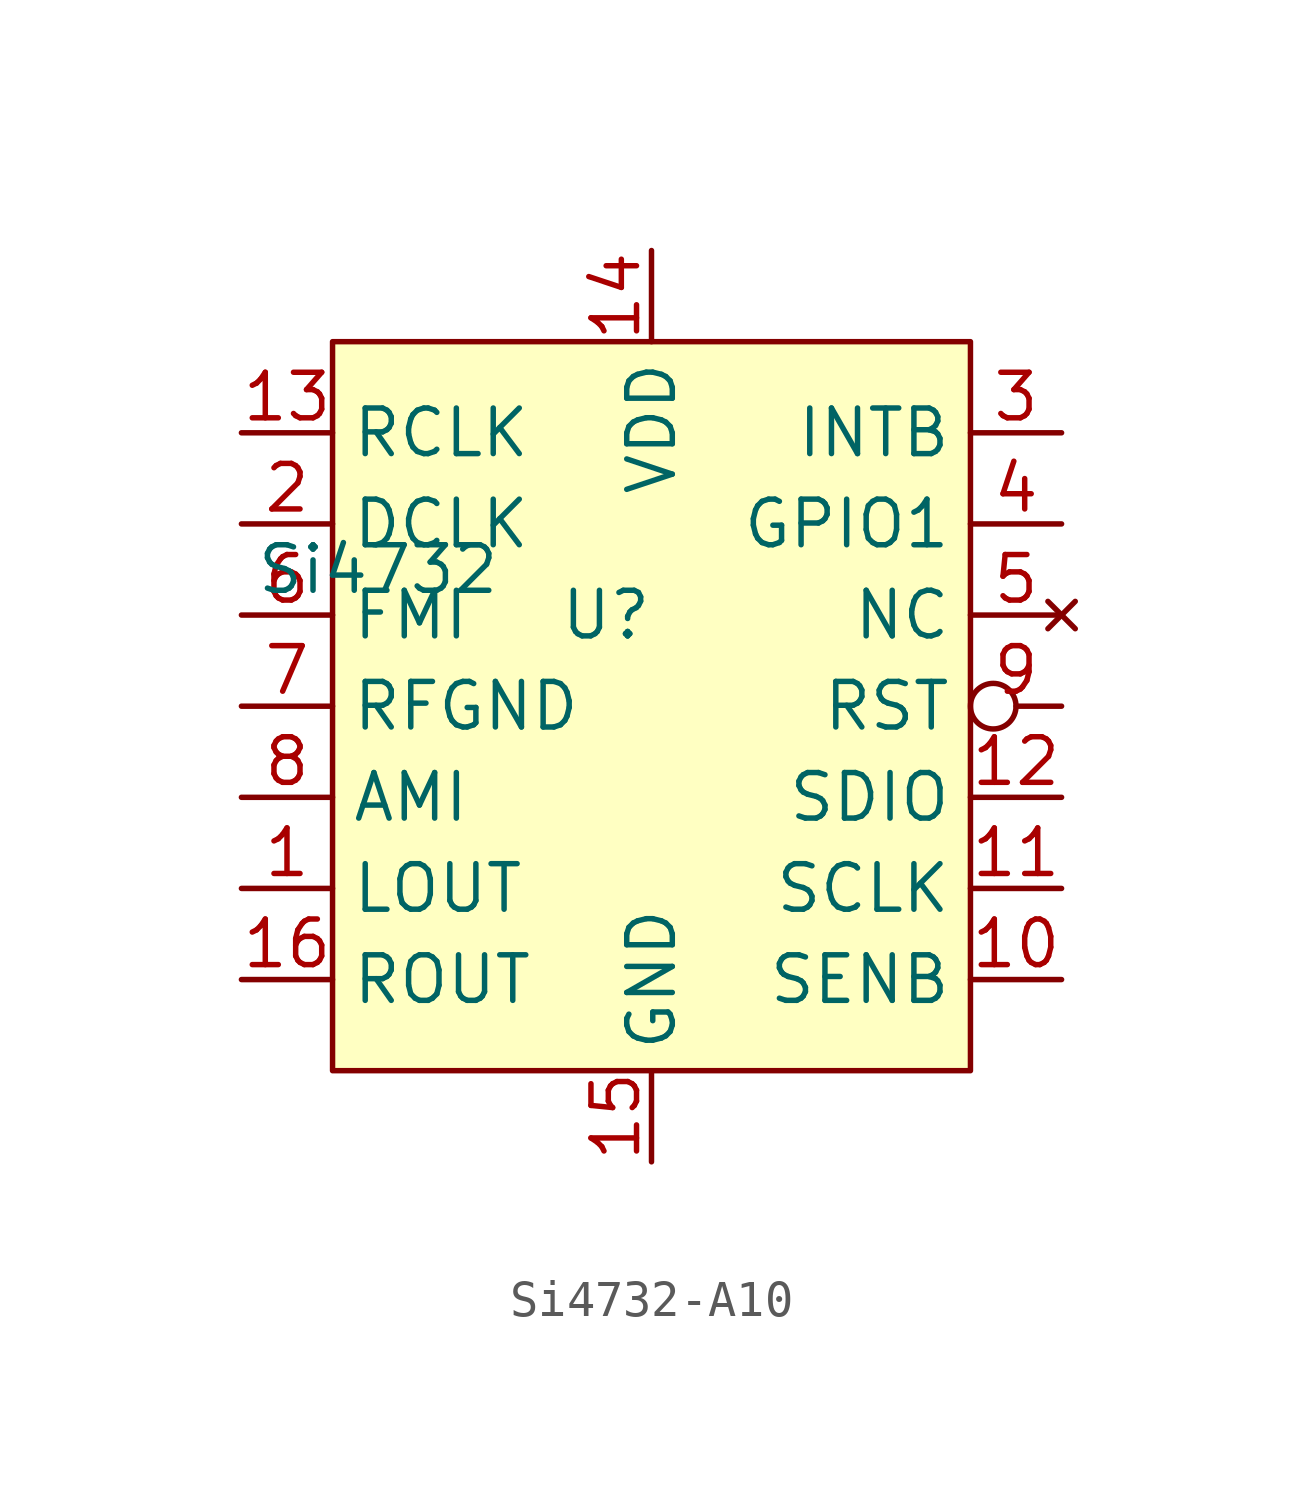
<source format=kicad_sym>
(kicad_symbol_lib
  (version 20220914)
  (generator kicad_symbol_editor)
  (symbol "Si4732-A10"
    (property "Reference" "U"
      (at -1.27 1.27 0)
      (effects (font (size 1.27 1.27))))
    (property "Value" "Si4732"
      (at -7.62 2.54 0)
      (effects (font (size 1.27 1.27))))
    (symbol "Si4732-A10_1_1"
      (rectangle (start -8.89 8.89) (end 8.89 -11.43) (stroke (width 0) (type default)) (fill (type background)))
      (pin output line (at -11.43 -6.35 0) (length 2.54) (name "LOUT" (effects (font (size 1.27 1.27)))) (number "1" (effects (font (size 1.27 1.27)))))
      (pin input line (at 11.43 -8.89 180) (length 2.54) (name "SENB" (effects (font (size 1.27 1.27)))) (number "10" (effects (font (size 1.27 1.27)))))
      (pin input line (at 11.43 -6.35 180) (length 2.54) (name "SCLK" (effects (font (size 1.27 1.27)))) (number "11" (effects (font (size 1.27 1.27)))))
      (pin bidirectional line (at 11.43 -3.81 180) (length 2.54) (name "SDIO" (effects (font (size 1.27 1.27)))) (number "12" (effects (font (size 1.27 1.27)))))
      (pin passive line (at -11.43 6.35 0) (length 2.54) (name "RCLK" (effects (font (size 1.27 1.27)))) (number "13" (effects (font (size 1.27 1.27)))))
      (pin power_in line (at 0 11.43 270) (length 2.54) (name "VDD" (effects (font (size 1.27 1.27)))) (number "14" (effects (font (size 1.27 1.27)))))
      (pin power_in line (at 0 -13.97 90) (length 2.54) (name "GND" (effects (font (size 1.27 1.27)))) (number "15" (effects (font (size 1.27 1.27)))))
      (pin output line (at -11.43 -8.89 0) (length 2.54) (name "ROUT" (effects (font (size 1.27 1.27)))) (number "16" (effects (font (size 1.27 1.27)))))
      (pin passive line (at -11.43 3.81 0) (length 2.54) (name "DCLK" (effects (font (size 1.27 1.27)))) (number "2" (effects (font (size 1.27 1.27)))))
      (pin output line (at 11.43 6.35 180) (length 2.54) (name "INTB" (effects (font (size 1.27 1.27)))) (number "3" (effects (font (size 1.27 1.27)))))
      (pin output line (at 11.43 3.81 180) (length 2.54) (name "GPIO1" (effects (font (size 1.27 1.27)))) (number "4" (effects (font (size 1.27 1.27)))))
      (pin no_connect line (at 11.43 1.27 180) (length 2.54) (name "NC" (effects (font (size 1.27 1.27)))) (number "5" (effects (font (size 1.27 1.27)))))
      (pin passive line (at -11.43 1.27 0) (length 2.54) (name "FMI" (effects (font (size 1.27 1.27)))) (number "6" (effects (font (size 1.27 1.27)))))
      (pin passive line (at -11.43 -1.27 0) (length 2.54) (name "RFGND" (effects (font (size 1.27 1.27)))) (number "7" (effects (font (size 1.27 1.27)))))
      (pin passive line (at -11.43 -3.81 0) (length 2.54) (name "AMI" (effects (font (size 1.27 1.27)))) (number "8" (effects (font (size 1.27 1.27)))))
      (pin input inverted (at 11.43 -1.27 180) (length 2.54) (name "RST" (effects (font (size 1.27 1.27)))) (number "9" (effects (font (size 1.27 1.27))))))))
</source>
